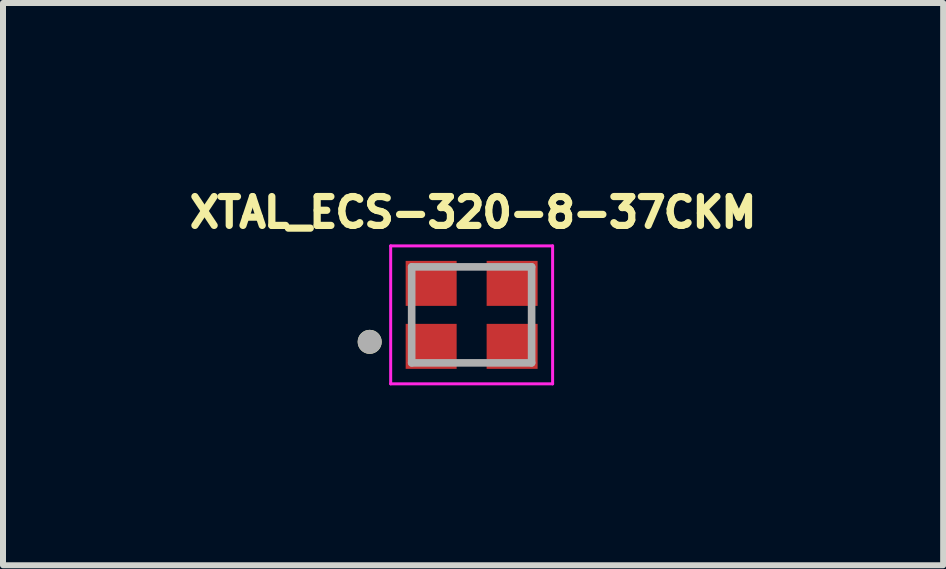
<source format=kicad_pcb>
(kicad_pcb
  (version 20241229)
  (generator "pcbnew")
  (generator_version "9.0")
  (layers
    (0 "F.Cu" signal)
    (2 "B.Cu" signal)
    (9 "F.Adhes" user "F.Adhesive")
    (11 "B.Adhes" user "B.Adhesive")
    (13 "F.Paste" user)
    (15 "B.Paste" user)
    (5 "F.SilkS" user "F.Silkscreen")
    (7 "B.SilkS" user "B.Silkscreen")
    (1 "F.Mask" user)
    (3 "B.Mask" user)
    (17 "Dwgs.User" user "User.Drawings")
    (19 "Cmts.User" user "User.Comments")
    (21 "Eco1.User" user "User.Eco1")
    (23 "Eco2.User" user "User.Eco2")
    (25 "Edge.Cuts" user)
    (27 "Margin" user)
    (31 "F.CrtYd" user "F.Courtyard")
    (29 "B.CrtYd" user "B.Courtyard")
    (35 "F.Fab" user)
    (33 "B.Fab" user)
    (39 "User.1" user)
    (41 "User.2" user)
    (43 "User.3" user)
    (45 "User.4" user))
  (footprint "XTAL_ECS-320-8-37CKM"
    (layer "F.Cu")
    (at 4.814 2.2)
    (property "Reference" "XTAL_ECS-320-8-37CKM" (at 0.024 -1.708 0) (layer "F.SilkS") (effects (font (size 0.481 0.481) (thickness 0.15))))
    (attr smd)
    (fp_circle (center -1.7 0.45) (end -1.6 0.45) (stroke (width 0.2) (type solid)) (fill no) (layer "F.SilkS"))
    (fp_line (start -1.35 -1.15) (end -1.35 1.15) (stroke (width 0.05) (type solid)) (layer "F.CrtYd"))
    (fp_line (start -1.35 1.15) (end 1.35 1.15) (stroke (width 0.05) (type solid)) (layer "F.CrtYd"))
    (fp_line (start 1.35 -1.15) (end -1.35 -1.15) (stroke (width 0.05) (type solid)) (layer "F.CrtYd"))
    (fp_line (start 1.35 1.15) (end 1.35 -1.15) (stroke (width 0.05) (type solid)) (layer "F.CrtYd"))
    (fp_line (start -1 -0.8) (end -1 0.8) (stroke (width 0.127) (type solid)) (layer "F.Fab"))
    (fp_line (start -1 0.8) (end 1 0.8) (stroke (width 0.127) (type solid)) (layer "F.Fab"))
    (fp_line (start 1 -0.8) (end -1 -0.8) (stroke (width 0.127) (type solid)) (layer "F.Fab"))
    (fp_line (start 1 0.8) (end 1 -0.8) (stroke (width 0.127) (type solid)) (layer "F.Fab"))
    (fp_circle (center -1.7 0.45) (end -1.6 0.45) (stroke (width 0.2) (type solid)) (fill no) (layer "F.Fab"))
    (pad "1" smd rect (at -0.675 0.525) (size 0.85 0.75) (layers "F.Cu" "F.Mask" "F.Paste"))
    (pad "2" smd rect (at 0.675 0.525) (size 0.85 0.75) (layers "F.Cu" "F.Mask" "F.Paste"))
    (pad "3" smd rect (at 0.675 -0.525) (size 0.85 0.75) (layers "F.Cu" "F.Mask" "F.Paste"))
    (pad "4" smd rect (at -0.675 -0.525) (size 0.85 0.75) (layers "F.Cu" "F.Mask" "F.Paste")))
  (gr_rect
    (start -3 -3)
    (end 12.676 6.375)
    (stroke (width 0.1) (type default))
    (fill no)
    (layer "Edge.Cuts")))
</source>
